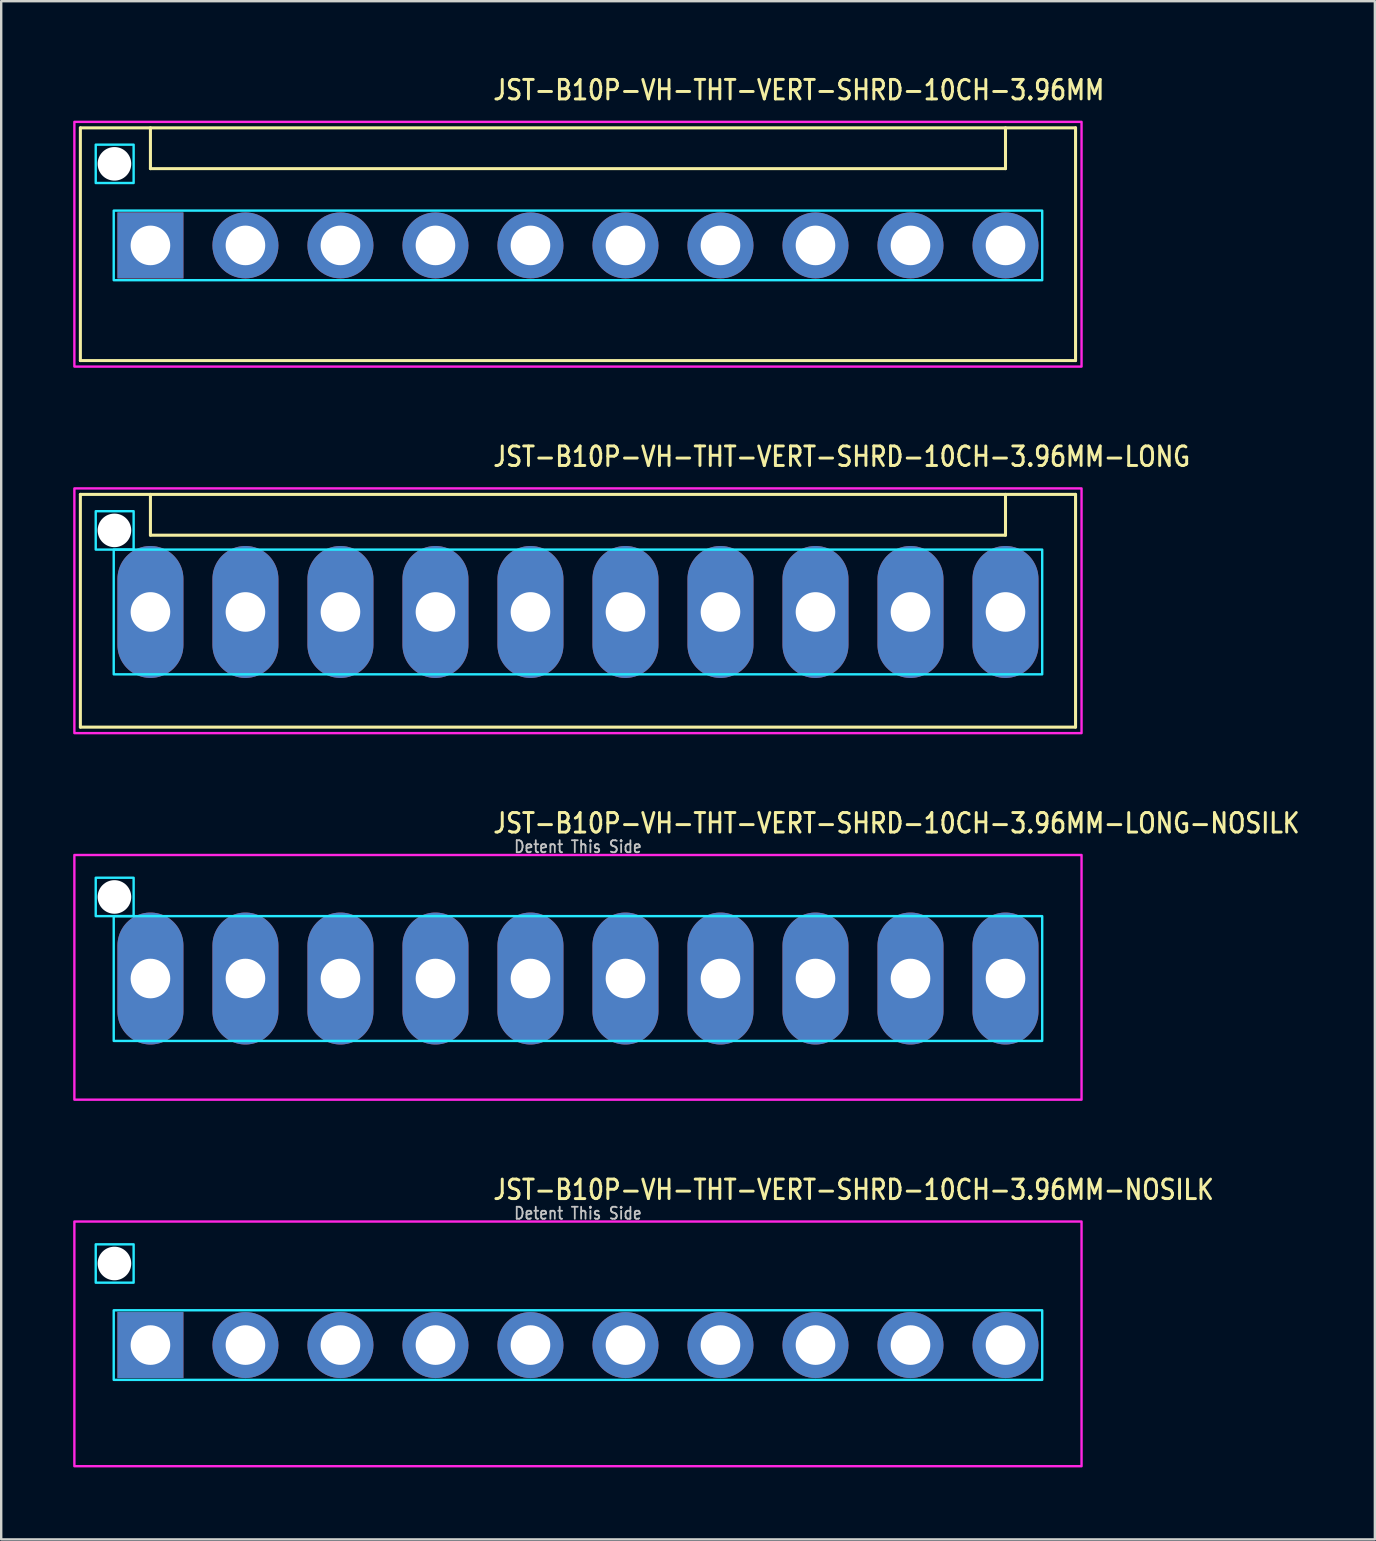
<source format=kicad_pcb>
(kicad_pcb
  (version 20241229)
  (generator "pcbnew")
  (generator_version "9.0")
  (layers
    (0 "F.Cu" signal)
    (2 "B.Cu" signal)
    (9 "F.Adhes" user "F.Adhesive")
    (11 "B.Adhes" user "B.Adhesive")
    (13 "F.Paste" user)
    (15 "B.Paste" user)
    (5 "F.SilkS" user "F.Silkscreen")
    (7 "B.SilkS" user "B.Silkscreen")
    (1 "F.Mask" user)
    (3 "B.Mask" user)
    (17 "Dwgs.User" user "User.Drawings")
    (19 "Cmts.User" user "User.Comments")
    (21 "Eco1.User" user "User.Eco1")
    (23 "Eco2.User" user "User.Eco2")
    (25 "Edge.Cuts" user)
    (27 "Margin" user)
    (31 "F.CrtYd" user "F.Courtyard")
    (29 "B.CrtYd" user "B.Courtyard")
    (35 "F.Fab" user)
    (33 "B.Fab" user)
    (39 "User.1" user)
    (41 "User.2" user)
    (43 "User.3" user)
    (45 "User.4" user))
  (footprint "JST-B10P-VH-THT-VERT-SHRD-10CH-3.96MM-NOSILK"
    (layer "F.Cu")
    (at 21.04 53.014)
    (property "Reference" "JST-B10P-VH-THT-VERT-SHRD-10CH-3.96MM-NOSILK" (at -3.6 -6 0) (unlocked yes) (layer "F.SilkS") (effects (font (size 0.813 0.695) (thickness 0.122)) (justify left bottom)))
    (fp_poly (pts (xy -19.35 -1.45) (xy -19.35 1.45) (xy 19.35 1.45) (xy 19.35 -1.45)) (stroke (width 0.1) (type solid)) (fill no) (layer "B.CrtYd"))
    (fp_poly (pts (xy -18.52 -4.2) (xy -18.52 -2.6) (xy -20.1 -2.6) (xy -20.1 -4.2)) (stroke (width 0.1) (type solid)) (fill no) (layer "B.CrtYd"))
    (fp_poly (pts (xy -20.99 -5.15) (xy -20.99 5.05) (xy 20.99 5.05) (xy 20.99 -5.15)) (stroke (width 0.1) (type solid)) (fill no) (layer "F.CrtYd"))
    (fp_text user "Detent This Side" (at 0 -5.2 0) (unlocked yes) (layer "Dwgs.User") (effects (font (size 0.5 0.427) (thickness 0.075)) (justify bottom)))
    (pad "" np_thru_hole circle (at -19.32 -3.4) (size 1.4 1.4) (drill 1.4) (layers "*.Cu" "*.Mask"))
    (pad "1" thru_hole rect (at -17.82 0) (size 2.75 2.75) (drill 1.65) (layers "*.Cu" "*.Mask"))
    (pad "2" thru_hole oval (at -13.86 0) (size 2.75 2.75) (drill 1.65) (layers "*.Cu" "*.Mask"))
    (pad "3" thru_hole oval (at -9.9 0) (size 2.75 2.75) (drill 1.65) (layers "*.Cu" "*.Mask"))
    (pad "4" thru_hole oval (at -5.94 0) (size 2.75 2.75) (drill 1.65) (layers "*.Cu" "*.Mask"))
    (pad "5" thru_hole oval (at -1.98 0) (size 2.75 2.75) (drill 1.65) (layers "*.Cu" "*.Mask"))
    (pad "6" thru_hole oval (at 1.98 0) (size 2.75 2.75) (drill 1.65) (layers "*.Cu" "*.Mask"))
    (pad "7" thru_hole oval (at 5.94 0) (size 2.75 2.75) (drill 1.65) (layers "*.Cu" "*.Mask"))
    (pad "8" thru_hole oval (at 9.9 0) (size 2.75 2.75) (drill 1.65) (layers "*.Cu" "*.Mask"))
    (pad "9" thru_hole oval (at 13.86 0) (size 2.75 2.75) (drill 1.65) (layers "*.Cu" "*.Mask"))
    (pad "10" thru_hole oval (at 17.82 0) (size 2.75 2.75) (drill 1.65) (layers "*.Cu" "*.Mask")))
  (footprint "JST-B10P-VH-THT-VERT-SHRD-10CH-3.96MM-LONG"
    (layer "F.Cu")
    (at 21.04 22.457)
    (property "Reference" "JST-B10P-VH-THT-VERT-SHRD-10CH-3.96MM-LONG" (at -3.6 -6 0) (unlocked yes) (layer "F.SilkS") (effects (font (size 0.813 0.695) (thickness 0.122)) (justify left bottom)))
    (fp_line (start -20.74 -4.9) (end 20.74 -4.9) (stroke (width 0.127) (type solid)) (layer "F.SilkS"))
    (fp_line (start -20.74 4.8) (end -20.74 -4.9) (stroke (width 0.127) (type solid)) (layer "F.SilkS"))
    (fp_line (start -20.74 4.8) (end 20.74 4.8) (stroke (width 0.127) (type solid)) (layer "F.SilkS"))
    (fp_line (start -17.82 -4.9) (end -17.82 -3.2) (stroke (width 0.127) (type solid)) (layer "F.SilkS"))
    (fp_line (start -17.82 -3.2) (end 17.82 -3.2) (stroke (width 0.127) (type solid)) (layer "F.SilkS"))
    (fp_line (start 17.82 -4.9) (end 17.82 -3.2) (stroke (width 0.127) (type solid)) (layer "F.SilkS"))
    (fp_line (start 20.74 -4.9) (end 20.74 4.8) (stroke (width 0.127) (type solid)) (layer "F.SilkS"))
    (fp_poly (pts (xy -19.35 -2.6) (xy -19.35 2.6) (xy 19.35 2.6) (xy 19.35 -2.6)) (stroke (width 0.1) (type solid)) (fill no) (layer "B.CrtYd"))
    (fp_poly (pts (xy -18.52 -4.2) (xy -18.52 -2.6) (xy -20.1 -2.6) (xy -20.1 -4.2)) (stroke (width 0.1) (type solid)) (fill no) (layer "B.CrtYd"))
    (fp_poly (pts (xy -20.99 -5.15) (xy -20.99 5.05) (xy 20.99 5.05) (xy 20.99 -5.15)) (stroke (width 0.1) (type solid)) (fill no) (layer "F.CrtYd"))
    (pad "" np_thru_hole circle (at -19.32 -3.4) (size 1.4 1.4) (drill 1.4) (layers "*.Cu" "*.Mask"))
    (pad "1" thru_hole oval (at -17.82 0 90) (size 5.5 2.75) (drill 1.65) (layers "*.Cu" "*.Mask"))
    (pad "2" thru_hole oval (at -13.86 0 90) (size 5.5 2.75) (drill 1.65) (layers "*.Cu" "*.Mask"))
    (pad "3" thru_hole oval (at -9.9 0 90) (size 5.5 2.75) (drill 1.65) (layers "*.Cu" "*.Mask"))
    (pad "4" thru_hole oval (at -5.94 0 90) (size 5.5 2.75) (drill 1.65) (layers "*.Cu" "*.Mask"))
    (pad "5" thru_hole oval (at -1.98 0 90) (size 5.5 2.75) (drill 1.65) (layers "*.Cu" "*.Mask"))
    (pad "6" thru_hole oval (at 1.98 0 90) (size 5.5 2.75) (drill 1.65) (layers "*.Cu" "*.Mask"))
    (pad "7" thru_hole oval (at 5.94 0 90) (size 5.5 2.75) (drill 1.65) (layers "*.Cu" "*.Mask"))
    (pad "8" thru_hole oval (at 9.9 0 90) (size 5.5 2.75) (drill 1.65) (layers "*.Cu" "*.Mask"))
    (pad "9" thru_hole oval (at 13.86 0 90) (size 5.5 2.75) (drill 1.65) (layers "*.Cu" "*.Mask"))
    (pad "10" thru_hole oval (at 17.82 0 90) (size 5.5 2.75) (drill 1.65) (layers "*.Cu" "*.Mask")))
  (footprint "JST-B10P-VH-THT-VERT-SHRD-10CH-3.96MM"
    (layer "F.Cu")
    (at 21.04 7.179)
    (property "Reference" "JST-B10P-VH-THT-VERT-SHRD-10CH-3.96MM" (at -3.6 -6 0) (unlocked yes) (layer "F.SilkS") (effects (font (size 0.813 0.695) (thickness 0.122)) (justify left bottom)))
    (fp_line (start -20.74 -4.9) (end 20.74 -4.9) (stroke (width 0.127) (type solid)) (layer "F.SilkS"))
    (fp_line (start -20.74 4.8) (end -20.74 -4.9) (stroke (width 0.127) (type solid)) (layer "F.SilkS"))
    (fp_line (start -20.74 4.8) (end 20.74 4.8) (stroke (width 0.127) (type solid)) (layer "F.SilkS"))
    (fp_line (start -17.82 -4.9) (end -17.82 -3.2) (stroke (width 0.127) (type solid)) (layer "F.SilkS"))
    (fp_line (start -17.82 -3.2) (end 17.82 -3.2) (stroke (width 0.127) (type solid)) (layer "F.SilkS"))
    (fp_line (start 17.82 -4.9) (end 17.82 -3.2) (stroke (width 0.127) (type solid)) (layer "F.SilkS"))
    (fp_line (start 20.74 -4.9) (end 20.74 4.8) (stroke (width 0.127) (type solid)) (layer "F.SilkS"))
    (fp_poly (pts (xy -19.35 -1.45) (xy -19.35 1.45) (xy 19.35 1.45) (xy 19.35 -1.45)) (stroke (width 0.1) (type solid)) (fill no) (layer "B.CrtYd"))
    (fp_poly (pts (xy -18.52 -4.2) (xy -18.52 -2.6) (xy -20.1 -2.6) (xy -20.1 -4.2)) (stroke (width 0.1) (type solid)) (fill no) (layer "B.CrtYd"))
    (fp_poly (pts (xy -20.99 -5.15) (xy -20.99 5.05) (xy 20.99 5.05) (xy 20.99 -5.15)) (stroke (width 0.1) (type solid)) (fill no) (layer "F.CrtYd"))
    (pad "" np_thru_hole circle (at -19.32 -3.4) (size 1.4 1.4) (drill 1.4) (layers "*.Cu" "*.Mask"))
    (pad "1" thru_hole rect (at -17.82 0) (size 2.75 2.75) (drill 1.65) (layers "*.Cu" "*.Mask"))
    (pad "2" thru_hole oval (at -13.86 0) (size 2.75 2.75) (drill 1.65) (layers "*.Cu" "*.Mask"))
    (pad "3" thru_hole oval (at -9.9 0) (size 2.75 2.75) (drill 1.65) (layers "*.Cu" "*.Mask"))
    (pad "4" thru_hole oval (at -5.94 0) (size 2.75 2.75) (drill 1.65) (layers "*.Cu" "*.Mask"))
    (pad "5" thru_hole oval (at -1.98 0) (size 2.75 2.75) (drill 1.65) (layers "*.Cu" "*.Mask"))
    (pad "6" thru_hole oval (at 1.98 0) (size 2.75 2.75) (drill 1.65) (layers "*.Cu" "*.Mask"))
    (pad "7" thru_hole oval (at 5.94 0) (size 2.75 2.75) (drill 1.65) (layers "*.Cu" "*.Mask"))
    (pad "8" thru_hole oval (at 9.9 0) (size 2.75 2.75) (drill 1.65) (layers "*.Cu" "*.Mask"))
    (pad "9" thru_hole oval (at 13.86 0) (size 2.75 2.75) (drill 1.65) (layers "*.Cu" "*.Mask"))
    (pad "10" thru_hole oval (at 17.82 0) (size 2.75 2.75) (drill 1.65) (layers "*.Cu" "*.Mask")))
  (footprint "JST-B10P-VH-THT-VERT-SHRD-10CH-3.96MM-LONG-NOSILK"
    (layer "F.Cu")
    (at 21.04 37.736)
    (property "Reference" "JST-B10P-VH-THT-VERT-SHRD-10CH-3.96MM-LONG-NOSILK" (at -3.6 -6 0) (unlocked yes) (layer "F.SilkS") (effects (font (size 0.813 0.695) (thickness 0.122)) (justify left bottom)))
    (fp_poly (pts (xy -19.35 -2.6) (xy -19.35 2.6) (xy 19.35 2.6) (xy 19.35 -2.6)) (stroke (width 0.1) (type solid)) (fill no) (layer "B.CrtYd"))
    (fp_poly (pts (xy -18.52 -4.2) (xy -18.52 -2.6) (xy -20.1 -2.6) (xy -20.1 -4.2)) (stroke (width 0.1) (type solid)) (fill no) (layer "B.CrtYd"))
    (fp_poly (pts (xy -20.99 -5.15) (xy -20.99 5.05) (xy 20.99 5.05) (xy 20.99 -5.15)) (stroke (width 0.1) (type solid)) (fill no) (layer "F.CrtYd"))
    (fp_text user "Detent This Side" (at 0 -5.2 0) (unlocked yes) (layer "Dwgs.User") (effects (font (size 0.5 0.427) (thickness 0.075)) (justify bottom)))
    (pad "" np_thru_hole circle (at -19.32 -3.4) (size 1.4 1.4) (drill 1.4) (layers "*.Cu" "*.Mask"))
    (pad "1" thru_hole oval (at -17.82 0 90) (size 5.5 2.75) (drill 1.65) (layers "*.Cu" "*.Mask"))
    (pad "2" thru_hole oval (at -13.86 0 90) (size 5.5 2.75) (drill 1.65) (layers "*.Cu" "*.Mask"))
    (pad "3" thru_hole oval (at -9.9 0 90) (size 5.5 2.75) (drill 1.65) (layers "*.Cu" "*.Mask"))
    (pad "4" thru_hole oval (at -5.94 0 90) (size 5.5 2.75) (drill 1.65) (layers "*.Cu" "*.Mask"))
    (pad "5" thru_hole oval (at -1.98 0 90) (size 5.5 2.75) (drill 1.65) (layers "*.Cu" "*.Mask"))
    (pad "6" thru_hole oval (at 1.98 0 90) (size 5.5 2.75) (drill 1.65) (layers "*.Cu" "*.Mask"))
    (pad "7" thru_hole oval (at 5.94 0 90) (size 5.5 2.75) (drill 1.65) (layers "*.Cu" "*.Mask"))
    (pad "8" thru_hole oval (at 9.9 0 90) (size 5.5 2.75) (drill 1.65) (layers "*.Cu" "*.Mask"))
    (pad "9" thru_hole oval (at 13.86 0 90) (size 5.5 2.75) (drill 1.65) (layers "*.Cu" "*.Mask"))
    (pad "10" thru_hole oval (at 17.82 0 90) (size 5.5 2.75) (drill 1.65) (layers "*.Cu" "*.Mask")))
  (gr_rect
    (start -3 -3)
    (end 54.256 61.114)
    (stroke (width 0.1) (type default))
    (fill no)
    (layer "Edge.Cuts")))
</source>
